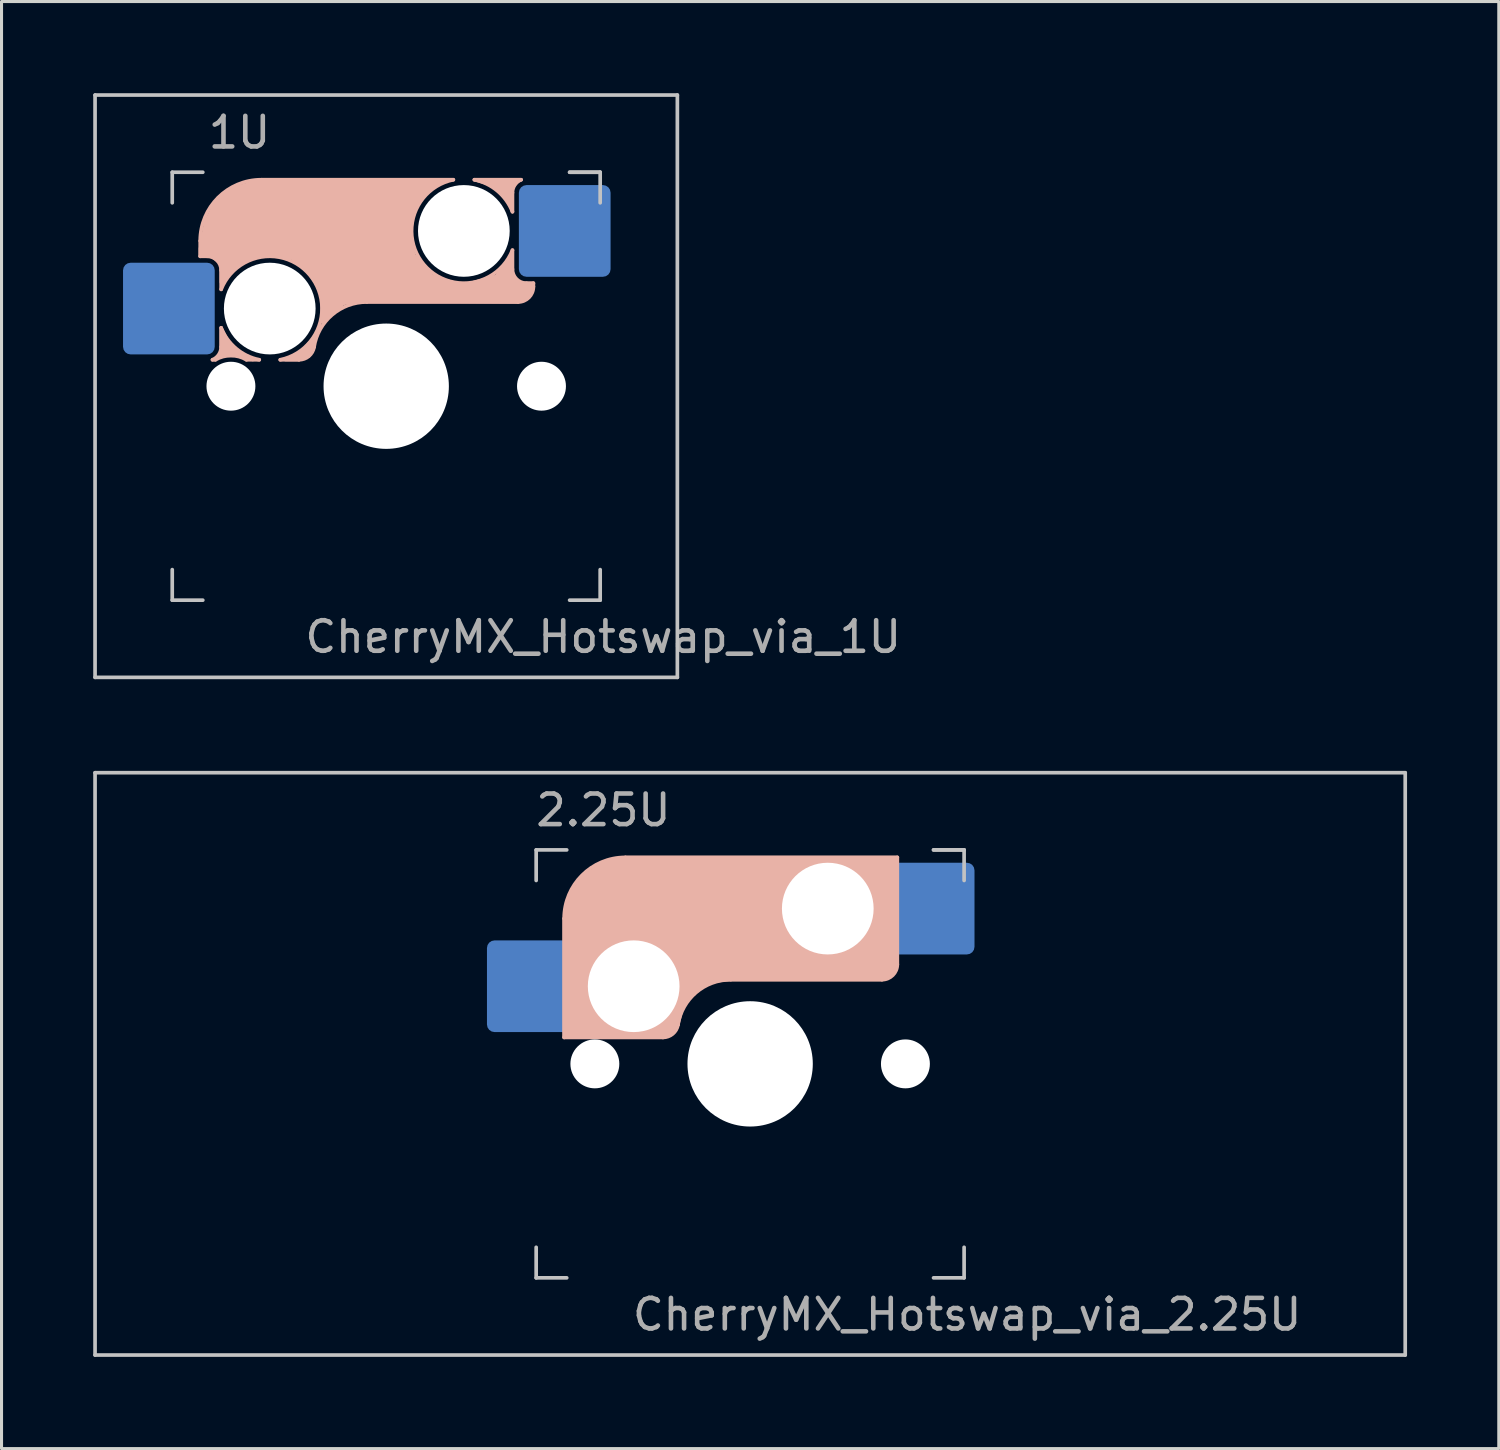
<source format=kicad_pcb>
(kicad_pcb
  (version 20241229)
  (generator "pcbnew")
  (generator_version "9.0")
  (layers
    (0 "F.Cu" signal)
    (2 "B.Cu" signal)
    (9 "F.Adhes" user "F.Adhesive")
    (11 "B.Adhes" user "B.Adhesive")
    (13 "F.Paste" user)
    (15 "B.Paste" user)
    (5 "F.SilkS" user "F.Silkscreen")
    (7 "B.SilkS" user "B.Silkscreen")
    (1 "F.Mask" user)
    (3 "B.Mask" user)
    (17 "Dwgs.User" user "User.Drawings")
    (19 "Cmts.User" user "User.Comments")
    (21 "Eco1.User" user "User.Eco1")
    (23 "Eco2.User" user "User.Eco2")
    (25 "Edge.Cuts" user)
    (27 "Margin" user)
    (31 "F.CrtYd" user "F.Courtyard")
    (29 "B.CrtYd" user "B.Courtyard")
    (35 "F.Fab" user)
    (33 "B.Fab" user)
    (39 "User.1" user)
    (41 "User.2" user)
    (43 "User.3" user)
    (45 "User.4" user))
  (footprint "CherryMX_Hotswap_via_2.25U"
    (layer "F.Cu")
    (at 21.491 31.755)
    (property "Reference" "CherryMX_Hotswap_via_2.25U" (at 7.1 8.2 0) (layer "F.Fab") (effects (font (size 1 1) (thickness 0.15))))
    (attr through_hole)
    (fp_line (start -6.085 -0.865) (end -6.085 -4.755) (stroke (width 0.12) (type solid)) (layer "B.SilkS"))
    (fp_line (start -4.085 -6.755) (end 4.815 -6.755) (stroke (width 0.12) (type solid)) (layer "B.SilkS"))
    (fp_line (start -2.852 -0.865) (end -6.085 -0.865) (stroke (width 0.12) (type solid)) (layer "B.SilkS"))
    (fp_line (start -0.635 -2.755) (end 4.315 -2.755) (stroke (width 0.12) (type solid)) (layer "B.SilkS"))
    (fp_line (start 4.815 -6.755) (end 4.815 -3.255) (stroke (width 0.12) (type solid)) (layer "B.SilkS"))
    (fp_arc (start -6.085 -4.755) (mid -5.499214 -6.169214) (end -4.085 -6.755) (stroke (width 0.12) (type solid)) (layer "B.SilkS"))
    (fp_arc (start -2.360959 -1.278326) (mid -1.770727 -2.335454) (end -0.635 -2.755) (stroke (width 0.12) (type solid)) (layer "B.SilkS"))
    (fp_arc (start -2.36 -1.278176) (mid -2.53101 -0.981978) (end -2.852404 -0.865) (stroke (width 0.12) (type solid)) (layer "B.SilkS"))
    (fp_arc (start 4.815 -3.255) (mid 4.668553 -2.901447) (end 4.315 -2.755) (stroke (width 0.12) (type solid)) (layer "B.SilkS"))
    (fp_poly (pts (xy 4.815 -3.255) (xy 4.633 -2.937) (xy 4.315 -2.755) (xy -0.635 -2.755) (xy -1.259 -2.696) (xy -1.805 -2.376) (xy -2.207 -1.885) (xy -2.361 -1.278) (xy -2.563 -1.02) (xy -2.852 -0.865) (xy -6.085 -0.865) (xy -6.085 -4.755) (xy -5.887 -5.501) (xy -5.464 -6.134) (xy -4.831 -6.557) (xy -4.085 -6.755) (xy 4.815 -6.755)) (stroke (width 0.1) (type solid)) (fill yes) (layer "B.SilkS"))
    (fp_line (start -21.431 -9.525) (end 21.431 -9.525) (stroke (width 0.12) (type solid)) (layer "Dwgs.User"))
    (fp_line (start -21.431 9.525) (end -21.431 -9.525) (stroke (width 0.12) (type solid)) (layer "Dwgs.User"))
    (fp_line (start -7 -7) (end -7 -6) (stroke (width 0.12) (type solid)) (layer "Dwgs.User"))
    (fp_line (start -7 -7) (end -6 -7) (stroke (width 0.12) (type solid)) (layer "Dwgs.User"))
    (fp_line (start -7 7) (end -7 6) (stroke (width 0.12) (type solid)) (layer "Dwgs.User"))
    (fp_line (start -7 7) (end -6 7) (stroke (width 0.12) (type solid)) (layer "Dwgs.User"))
    (fp_line (start 6 -7) (end 7 -7) (stroke (width 0.12) (type solid)) (layer "Dwgs.User"))
    (fp_line (start 7 -7) (end 6 -7) (stroke (width 0.12) (type solid)) (layer "Dwgs.User"))
    (fp_line (start 7 -7) (end 7 -6) (stroke (width 0.12) (type solid)) (layer "Dwgs.User"))
    (fp_line (start 7 7) (end 6 7) (stroke (width 0.12) (type solid)) (layer "Dwgs.User"))
    (fp_line (start 7 7) (end 7 6) (stroke (width 0.12) (type solid)) (layer "Dwgs.User"))
    (fp_line (start 21.431 -9.525) (end 21.431 9.525) (stroke (width 0.12) (type solid)) (layer "Dwgs.User"))
    (fp_line (start 21.431 9.525) (end -21.431 9.525) (stroke (width 0.12) (type solid)) (layer "Dwgs.User"))
    (fp_text user "2.25U" (at -4.8 -8.3 0) (layer "F.Fab") (effects (font (size 1 1) (thickness 0.15))))
    (pad "" np_thru_hole circle (at -5.08 0) (size 1.6 1.6) (drill 1.6) (layers "*.Cu" "*.Mask"))
    (pad "" np_thru_hole circle (at -3.81 -2.54) (size 3 3) (drill 3) (layers "*.Cu" "*.Mask"))
    (pad "" np_thru_hole circle (at 0 0) (size 4.1 4.1) (drill 4.1) (layers "*.Cu" "*.Mask"))
    (pad "" np_thru_hole circle (at 2.54 -5.08) (size 3 3) (drill 3) (layers "*.Cu" "*.Mask"))
    (pad "" np_thru_hole circle (at 5.08 0) (size 1.6 1.6) (drill 1.6) (layers "*.Cu" "*.Mask"))
    (pad "1" smd roundrect (at -7.11 -2.54) (size 3 3) (layers "B.Cu") (roundrect_rratio 0.083))
    (pad "2" smd roundrect (at 5.84 -5.08 180) (size 3 3) (layers "B.Cu") (roundrect_rratio 0.083)))
  (footprint "CherryMX_Hotswap_via_1U"
    (layer "F.Cu")
    (at 9.585 9.585)
    (property "Reference" "CherryMX_Hotswap_via_1U" (at 7.1 8.2 0) (layer "F.Fab") (effects (font (size 1 1) (thickness 0.15))))
    (attr through_hole)
    (fp_line (start -6.085 -4.25) (end -6.085 -4.755) (stroke (width 0.12) (type solid)) (layer "B.SilkS"))
    (fp_line (start -6.085 -4.25) (end -5.859 -4.25) (stroke (width 0.12) (type solid)) (layer "B.SilkS"))
    (fp_line (start -5.683 -0.865) (end -5.588 -0.865) (stroke (width 0.12) (type solid)) (layer "B.SilkS"))
    (fp_line (start -5.4 -3.791) (end -5.4 -3.169) (stroke (width 0.12) (type solid)) (layer "B.SilkS"))
    (fp_line (start -5.4 -1.911) (end -5.4 -1.289) (stroke (width 0.12) (type solid)) (layer "B.SilkS"))
    (fp_line (start -4.154 -0.865) (end -4.572 -0.865) (stroke (width 0.12) (type solid)) (layer "B.SilkS"))
    (fp_line (start -4.085 -6.755) (end 2.196 -6.755) (stroke (width 0.12) (type solid)) (layer "B.SilkS"))
    (fp_line (start -2.852 -0.865) (end -3.466 -0.865) (stroke (width 0.12) (type solid)) (layer "B.SilkS"))
    (fp_line (start -0.635 -2.755) (end 4.315 -2.755) (stroke (width 0.12) (type solid)) (layer "B.SilkS"))
    (fp_line (start 4.13 -5.709) (end 4.13 -6.331) (stroke (width 0.12) (type solid)) (layer "B.SilkS"))
    (fp_line (start 4.13 -3.829) (end 4.13 -4.451) (stroke (width 0.12) (type solid)) (layer "B.SilkS"))
    (fp_line (start 4.413 -6.755) (end 2.884 -6.755) (stroke (width 0.12) (type solid)) (layer "B.SilkS"))
    (fp_line (start 4.6 -3.37) (end 4.815 -3.37) (stroke (width 0.12) (type solid)) (layer "B.SilkS"))
    (fp_line (start 4.815 -3.37) (end 4.815 -3.255) (stroke (width 0.12) (type solid)) (layer "B.SilkS"))
    (fp_arc (start -6.085 -4.755) (mid -5.499214 -6.169214) (end -4.085 -6.755) (stroke (width 0.12) (type solid)) (layer "B.SilkS"))
    (fp_arc (start -5.859 -4.25) (mid -5.534438 -4.115562) (end -5.4 -3.791) (stroke (width 0.12) (type solid)) (layer "B.SilkS"))
    (fp_arc (start -5.588109 -0.865) (mid -5.08 -1.003195) (end -4.571891 -0.865) (stroke (width 0.12) (type solid)) (layer "B.SilkS"))
    (fp_arc (start -5.4 -3.169286) (mid -2.500253 -3.639392) (end -3.465799 -0.865) (stroke (width 0.12) (type solid)) (layer "B.SilkS"))
    (fp_arc (start -5.4 -1.289) (mid -5.477311 -1.034059) (end -5.683202 -0.865) (stroke (width 0.12) (type solid)) (layer "B.SilkS"))
    (fp_arc (start -4.154201 -0.865) (mid -4.909392 -1.230253) (end -5.4 -1.910715) (stroke (width 0.12) (type solid)) (layer "B.SilkS"))
    (fp_arc (start -2.360959 -1.278326) (mid -1.770727 -2.335454) (end -0.635 -2.755) (stroke (width 0.12) (type solid)) (layer "B.SilkS"))
    (fp_arc (start -2.36 -1.278176) (mid -2.53101 -0.981978) (end -2.852404 -0.865) (stroke (width 0.12) (type solid)) (layer "B.SilkS"))
    (fp_arc (start 2.884201 -6.755) (mid 3.639392 -6.389747) (end 4.13 -5.709285) (stroke (width 0.12) (type solid)) (layer "B.SilkS"))
    (fp_arc (start 4.13 -6.331) (mid 4.207311 -6.585941) (end 4.413202 -6.755) (stroke (width 0.12) (type solid)) (layer "B.SilkS"))
    (fp_arc (start 4.13 -4.450718) (mid 1.230256 -3.980607) (end 2.195798 -6.754999) (stroke (width 0.12) (type solid)) (layer "B.SilkS"))
    (fp_arc (start 4.589 -3.37) (mid 4.264438 -3.504438) (end 4.13 -3.829) (stroke (width 0.12) (type solid)) (layer "B.SilkS"))
    (fp_arc (start 4.815 -3.255) (mid 4.668553 -2.901447) (end 4.315 -2.755) (stroke (width 0.12) (type solid)) (layer "B.SilkS"))
    (fp_poly (pts (xy -5.1 -1.3) (xy -5.4 -1.911) (xy -5.4 -1.289) (xy -5.4 -1) (xy -4.9 -1.003) (xy -4.363 -0.865)) (stroke (width 0.1) (type solid)) (fill yes) (layer "B.SilkS"))
    (fp_poly (pts (xy -3.3 -0.865) (xy -2.852 -0.865) (xy -2.531 -0.982) (xy -2.355 -1.314) (xy -2.355 -1.6) (xy -2.8 -1.1)) (stroke (width 0.1) (type solid)) (fill yes) (layer "B.SilkS"))
    (fp_poly (pts (xy 2.884 -6.755) (xy 4.413 -6.755) (xy 4.3 -6.7) (xy 4.13 -6.5) (xy 4.13 -5.709) (xy 4 -6.1) (xy 3.8 -6.3) (xy 3.4 -6.6)) (stroke (width 0.1) (type solid)) (fill yes) (layer "B.SilkS"))
    (fp_poly (pts (xy -4.085 -6.755) (xy -4.9 -6.5) (xy -5.499 -6.169) (xy -5.9 -5.4) (xy -6.085 -4.503) (xy -6.085 -4.25) (xy -5.7 -4.25) (xy -5.4 -4) (xy -5.4 -3.4) (xy -4.7 -4.1) (xy -3.9 -4.3) (xy -3.1 -4.2) (xy -2.6 -3.8) (xy -2.1 -3.1) (xy -2.1 -2.1) (xy -1.4 -2.7) (xy -0.9 -2.8) (xy 4.315 -2.755) (xy 4.7 -3) (xy 4.815 -3.37) (xy 4.3 -3.37) (xy 4.13 -3.6) (xy 4.13 -4.3) (xy 3.6 -3.6) (xy 2.5 -3.3) (xy 1.5 -3.6) (xy 0.9 -4.3) (xy 0.8 -5) (xy 0.8 -5.45) (xy 1 -6) (xy 1.5 -6.5) (xy 2 -6.755)) (stroke (width 0.1) (type solid)) (fill yes) (layer "B.SilkS"))
    (fp_line (start -9.525 -9.525) (end 9.525 -9.525) (stroke (width 0.12) (type solid)) (layer "Dwgs.User"))
    (fp_line (start -9.525 9.525) (end -9.525 -9.525) (stroke (width 0.12) (type solid)) (layer "Dwgs.User"))
    (fp_line (start -7 -7) (end -7 -6) (stroke (width 0.12) (type solid)) (layer "Dwgs.User"))
    (fp_line (start -7 -7) (end -6 -7) (stroke (width 0.12) (type solid)) (layer "Dwgs.User"))
    (fp_line (start -7 7) (end -7 6) (stroke (width 0.12) (type solid)) (layer "Dwgs.User"))
    (fp_line (start -7 7) (end -6 7) (stroke (width 0.12) (type solid)) (layer "Dwgs.User"))
    (fp_line (start 6 -7) (end 7 -7) (stroke (width 0.12) (type solid)) (layer "Dwgs.User"))
    (fp_line (start 7 -7) (end 6 -7) (stroke (width 0.12) (type solid)) (layer "Dwgs.User"))
    (fp_line (start 7 -7) (end 7 -6) (stroke (width 0.12) (type solid)) (layer "Dwgs.User"))
    (fp_line (start 7 7) (end 6 7) (stroke (width 0.12) (type solid)) (layer "Dwgs.User"))
    (fp_line (start 7 7) (end 7 6) (stroke (width 0.12) (type solid)) (layer "Dwgs.User"))
    (fp_line (start 9.525 -9.525) (end 9.525 9.525) (stroke (width 0.12) (type solid)) (layer "Dwgs.User"))
    (fp_line (start 9.525 9.525) (end -9.525 9.525) (stroke (width 0.12) (type solid)) (layer "Dwgs.User"))
    (fp_text user "1U" (at -4.8 -8.3 0) (layer "F.Fab") (effects (font (size 1 1) (thickness 0.15))))
    (pad "" np_thru_hole circle (at -5.08 0) (size 1.6 1.6) (drill 1.6) (layers "*.Cu" "*.Mask"))
    (pad "" np_thru_hole circle (at -3.81 -2.54) (size 3 3) (drill 3) (layers "*.Cu" "*.Mask"))
    (pad "" np_thru_hole circle (at 0 0) (size 4.1 4.1) (drill 4.1) (layers "*.Cu" "*.Mask"))
    (pad "" np_thru_hole circle (at 2.54 -5.08) (size 3 3) (drill 3) (layers "*.Cu" "*.Mask"))
    (pad "" np_thru_hole circle (at 5.08 0) (size 1.6 1.6) (drill 1.6) (layers "*.Cu" "*.Mask"))
    (pad "1" smd roundrect (at -7.11 -2.54) (size 3 3) (layers "B.Cu" "B.Mask" "B.Paste") (roundrect_rratio 0.083))
    (pad "2" smd roundrect (at 5.84 -5.08) (size 3 3) (layers "B.Cu" "B.Mask" "B.Paste") (roundrect_rratio 0.083)))
  (gr_rect
    (start -3 -3)
    (end 45.983 44.34)
    (stroke (width 0.1) (type default))
    (fill no)
    (layer "Edge.Cuts")))
</source>
